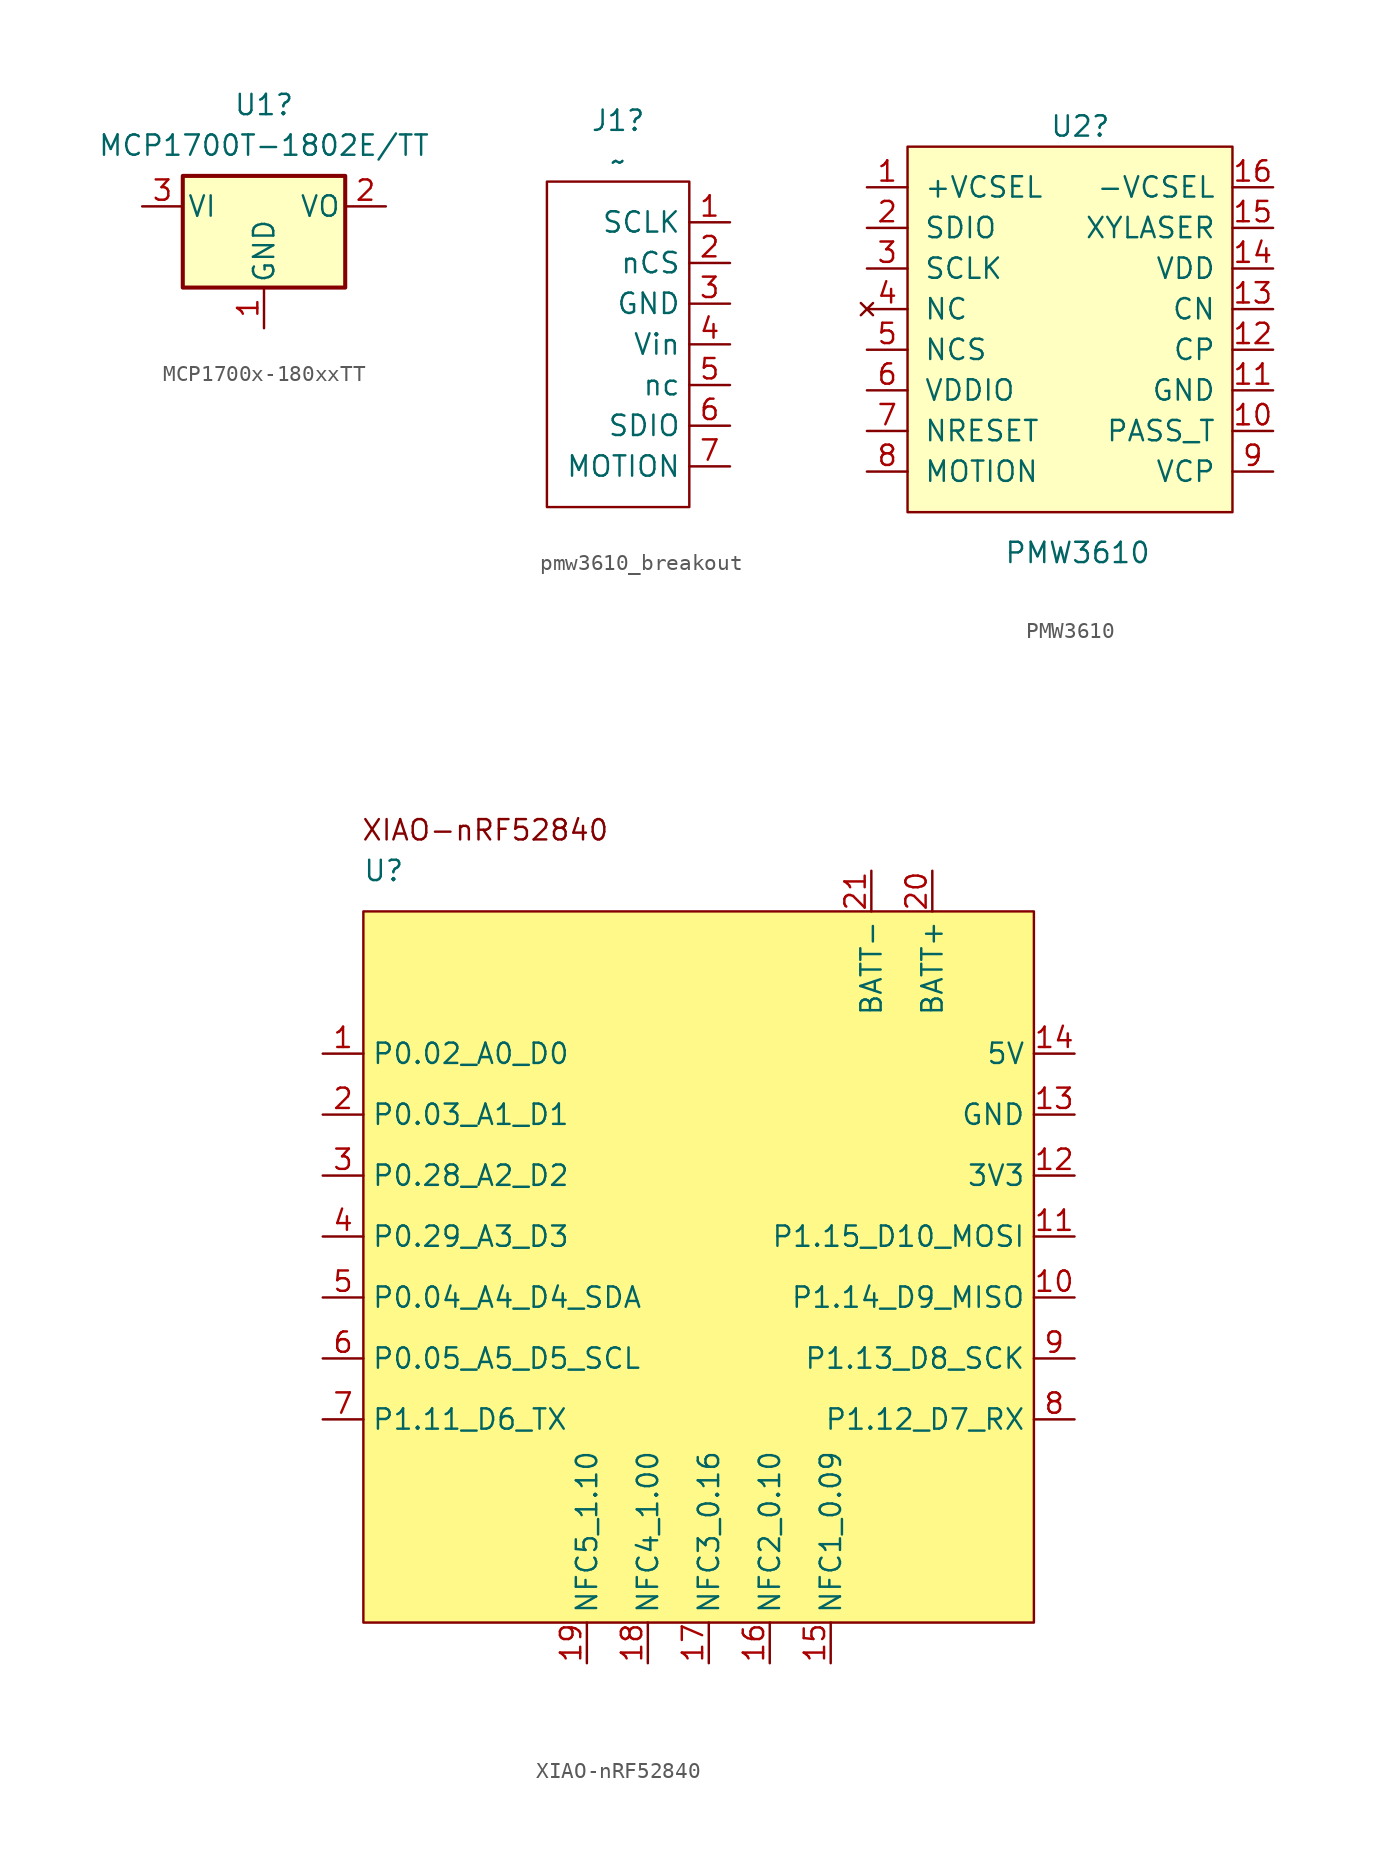
<source format=kicad_sym>
(kicad_symbol_lib
  (version 20231120)
  (generator "kicad_symbol_editor")
  (generator_version "8.0")
  (symbol "MCP1700x-180xxTT"
    (pin_names
      (offset 0.254))
    (property "Reference" "U1"
      (at 0 6.35 0)
      (effects (font (size 1.27 1.27))))
    (property "Value" "MCP1700T-1802E/TT"
      (at 0 3.81 0)
      (effects (font (size 1.27 1.27))))
    (symbol "MCP1700x-180xxTT_0_1"
      (rectangle (start -5.08 1.905) (end 5.08 -5.08) (stroke (width 0.254) (type default)) (fill (type background))))
    (symbol "MCP1700x-180xxTT_1_1"
      (pin power_in line (at 0 -7.62 90) (length 2.54) (name "GND" (effects (font (size 1.27 1.27)))) (number "1" (effects (font (size 1.27 1.27)))))
      (pin power_out line (at 7.62 0 180) (length 2.54) (name "VO" (effects (font (size 1.27 1.27)))) (number "2" (effects (font (size 1.27 1.27)))))
      (pin power_in line (at -7.62 0 0) (length 2.54) (name "VI" (effects (font (size 1.27 1.27)))) (number "3" (effects (font (size 1.27 1.27)))))))
  (symbol "pmw3610_breakout"
    (property "Reference" "J1"
      (at -1.905 3.81 0)
      (effects (font (size 1.27 1.27))))
    (property "Value" "~"
      (at -1.905 1.27 0)
      (effects (font (size 1.27 1.27))))
    (symbol "pmw3610_breakout_0_1"
      (rectangle (start -6.35 0) (end 2.54 -20.32) (stroke (width 0) (type default)) (fill (type none))))
    (symbol "pmw3610_breakout_1_1"
      (pin unspecified line (at 5.08 -2.54 180) (length 2.54) (name "SCLK" (effects (font (size 1.27 1.27)))) (number "1" (effects (font (size 1.27 1.27)))))
      (pin unspecified line (at 5.08 -5.08 180) (length 2.54) (name "nCS" (effects (font (size 1.27 1.27)))) (number "2" (effects (font (size 1.27 1.27)))))
      (pin unspecified line (at 5.08 -7.62 180) (length 2.54) (name "GND" (effects (font (size 1.27 1.27)))) (number "3" (effects (font (size 1.27 1.27)))))
      (pin unspecified line (at 5.08 -10.16 180) (length 2.54) (name "Vin" (effects (font (size 1.27 1.27)))) (number "4" (effects (font (size 1.27 1.27)))))
      (pin unspecified line (at 5.08 -12.7 180) (length 2.54) (name "nc" (effects (font (size 1.27 1.27)))) (number "5" (effects (font (size 1.27 1.27)))))
      (pin unspecified line (at 5.08 -15.24 180) (length 2.54) (name "SDIO" (effects (font (size 1.27 1.27)))) (number "6" (effects (font (size 1.27 1.27)))))
      (pin unspecified line (at 5.08 -17.78 180) (length 2.54) (name "MOTION" (effects (font (size 1.27 1.27)))) (number "7" (effects (font (size 1.27 1.27)))))))
  (symbol "PMW3610"
    (pin_names
      (offset 1.016))
    (property "Reference" "U2"
      (at -1.27 13.97 0)
      (effects (font (size 1.27 1.27)) (justify left)))
    (property "Value" "PMW3610"
      (at 5.08 -12.7 0)
      (effects (font (size 1.27 1.27)) (justify right)))
    (symbol "PMW3610_0_0"
      (pin input line (at -12.7 10.16 0) (length 2.54) (name "+VCSEL" (effects (font (size 1.27 1.27)))) (number "1" (effects (font (size 1.27 1.27)))))
      (pin unspecified line (at 12.7 -5.08 180) (length 2.54) (name "PASS_T" (effects (font (size 1.27 1.27)))) (number "10" (effects (font (size 1.27 1.27)))))
      (pin input line (at 12.7 -2.54 180) (length 2.54) (name "GND" (effects (font (size 1.27 1.27)))) (number "11" (effects (font (size 1.27 1.27)))))
      (pin unspecified line (at 12.7 0 180) (length 2.54) (name "CP" (effects (font (size 1.27 1.27)))) (number "12" (effects (font (size 1.27 1.27)))))
      (pin unspecified line (at 12.7 2.54 180) (length 2.54) (name "CN" (effects (font (size 1.27 1.27)))) (number "13" (effects (font (size 1.27 1.27)))))
      (pin power_in line (at 12.7 5.08 180) (length 2.54) (name "VDD" (effects (font (size 1.27 1.27)))) (number "14" (effects (font (size 1.27 1.27)))))
      (pin input line (at 12.7 7.62 180) (length 2.54) (name "XYLASER" (effects (font (size 1.27 1.27)))) (number "15" (effects (font (size 1.27 1.27)))))
      (pin unspecified line (at 12.7 10.16 180) (length 2.54) (name "-VCSEL" (effects (font (size 1.27 1.27)))) (number "16" (effects (font (size 1.27 1.27)))))
      (pin bidirectional line (at -12.7 7.62 0) (length 2.54) (name "SDIO" (effects (font (size 1.27 1.27)))) (number "2" (effects (font (size 1.27 1.27)))))
      (pin input line (at -12.7 5.08 0) (length 2.54) (name "SCLK" (effects (font (size 1.27 1.27)))) (number "3" (effects (font (size 1.27 1.27)))))
      (pin no_connect line (at -12.7 2.54 0) (length 2.54) (name "NC" (effects (font (size 1.27 1.27)))) (number "4" (effects (font (size 1.27 1.27)))))
      (pin input line (at -12.7 0 0) (length 2.54) (name "NCS" (effects (font (size 1.27 1.27)))) (number "5" (effects (font (size 1.27 1.27)))))
      (pin input line (at -12.7 -2.54 0) (length 2.54) (name "VDDIO" (effects (font (size 1.27 1.27)))) (number "6" (effects (font (size 1.27 1.27)))))
      (pin input line (at -12.7 -5.08 0) (length 2.54) (name "NRESET" (effects (font (size 1.27 1.27)))) (number "7" (effects (font (size 1.27 1.27)))))
      (pin output line (at -12.7 -7.62 0) (length 2.54) (name "MOTION" (effects (font (size 1.27 1.27)))) (number "8" (effects (font (size 1.27 1.27)))))
      (pin unspecified line (at 12.7 -7.62 180) (length 2.54) (name "VCP" (effects (font (size 1.27 1.27)))) (number "9" (effects (font (size 1.27 1.27))))))
    (symbol "PMW3610_0_1"
      (rectangle (start -10.16 12.7) (end 10.16 -10.16) (stroke (width 0) (type default)) (fill (type background)))))
  (symbol "XIAO-nRF52840"
    (property "Reference" "U"
      (at 13.97 -3.81 0)
      (effects (font (size 1.27 1.27))))
    (property "Value" ""
      (at 0 0 0)
      (effects (font (size 1.27 1.27))))
    (symbol "XIAO-nRF52840_1_1"
      (text "XIAO-nRF52840" (at 20.32 -1.27 0) (effects (font (size 1.27 1.27))))
      (text_box "" (at 12.7 -6.35 0) (size 41.91 -44.45) (stroke (width 0) (type default)) (fill (type color) (color 255 249 138 1)) (effects (font (size 1.27 1.27)) (justify left top)))
      (pin unspecified line (at 10.16 -15.24 0) (length 2.54) (name "P0.02_A0_D0" (effects (font (size 1.27 1.27)))) (number "1" (effects (font (size 1.27 1.27)))))
      (pin unspecified line (at 57.15 -30.48 180) (length 2.54) (name "P1.14_D9_MISO" (effects (font (size 1.27 1.27)))) (number "10" (effects (font (size 1.27 1.27)))))
      (pin unspecified line (at 57.15 -26.67 180) (length 2.54) (name "P1.15_D10_MOSI" (effects (font (size 1.27 1.27)))) (number "11" (effects (font (size 1.27 1.27)))))
      (pin unspecified line (at 57.15 -22.86 180) (length 2.54) (name "3V3" (effects (font (size 1.27 1.27)))) (number "12" (effects (font (size 1.27 1.27)))))
      (pin unspecified line (at 57.15 -19.05 180) (length 2.54) (name "GND" (effects (font (size 1.27 1.27)))) (number "13" (effects (font (size 1.27 1.27)))))
      (pin unspecified line (at 57.15 -15.24 180) (length 2.54) (name "5V" (effects (font (size 1.27 1.27)))) (number "14" (effects (font (size 1.27 1.27)))))
      (pin unspecified line (at 41.91 -53.34 90) (length 2.54) (name "NFC1_0.09" (effects (font (size 1.27 1.27)))) (number "15" (effects (font (size 1.27 1.27)))))
      (pin unspecified line (at 38.1 -53.34 90) (length 2.54) (name "NFC2_0.10" (effects (font (size 1.27 1.27)))) (number "16" (effects (font (size 1.27 1.27)))))
      (pin unspecified line (at 34.29 -53.34 90) (length 2.54) (name "NFC3_0.16" (effects (font (size 1.27 1.27)))) (number "17" (effects (font (size 1.27 1.27)))))
      (pin unspecified line (at 30.48 -53.34 90) (length 2.54) (name "NFC4_1.00" (effects (font (size 1.27 1.27)))) (number "18" (effects (font (size 1.27 1.27)))))
      (pin unspecified line (at 26.67 -53.34 90) (length 2.54) (name "NFC5_1.10" (effects (font (size 1.27 1.27)))) (number "19" (effects (font (size 1.27 1.27)))))
      (pin unspecified line (at 10.16 -19.05 0) (length 2.54) (name "P0.03_A1_D1" (effects (font (size 1.27 1.27)))) (number "2" (effects (font (size 1.27 1.27)))))
      (pin unspecified line (at 48.26 -3.81 270) (length 2.54) (name "BATT+" (effects (font (size 1.27 1.27)))) (number "20" (effects (font (size 1.27 1.27)))))
      (pin unspecified line (at 44.45 -3.81 270) (length 2.54) (name "BATT-" (effects (font (size 1.27 1.27)))) (number "21" (effects (font (size 1.27 1.27)))))
      (pin unspecified line (at 10.16 -22.86 0) (length 2.54) (name "P0.28_A2_D2" (effects (font (size 1.27 1.27)))) (number "3" (effects (font (size 1.27 1.27)))))
      (pin unspecified line (at 10.16 -26.67 0) (length 2.54) (name "P0.29_A3_D3" (effects (font (size 1.27 1.27)))) (number "4" (effects (font (size 1.27 1.27)))))
      (pin unspecified line (at 10.16 -30.48 0) (length 2.54) (name "P0.04_A4_D4_SDA" (effects (font (size 1.27 1.27)))) (number "5" (effects (font (size 1.27 1.27)))))
      (pin unspecified line (at 10.16 -34.29 0) (length 2.54) (name "P0.05_A5_D5_SCL" (effects (font (size 1.27 1.27)))) (number "6" (effects (font (size 1.27 1.27)))))
      (pin unspecified line (at 10.16 -38.1 0) (length 2.54) (name "P1.11_D6_TX" (effects (font (size 1.27 1.27)))) (number "7" (effects (font (size 1.27 1.27)))))
      (pin unspecified line (at 57.15 -38.1 180) (length 2.54) (name "P1.12_D7_RX" (effects (font (size 1.27 1.27)))) (number "8" (effects (font (size 1.27 1.27)))))
      (pin unspecified line (at 57.15 -34.29 180) (length 2.54) (name "P1.13_D8_SCK" (effects (font (size 1.27 1.27)))) (number "9" (effects (font (size 1.27 1.27))))))))
</source>
